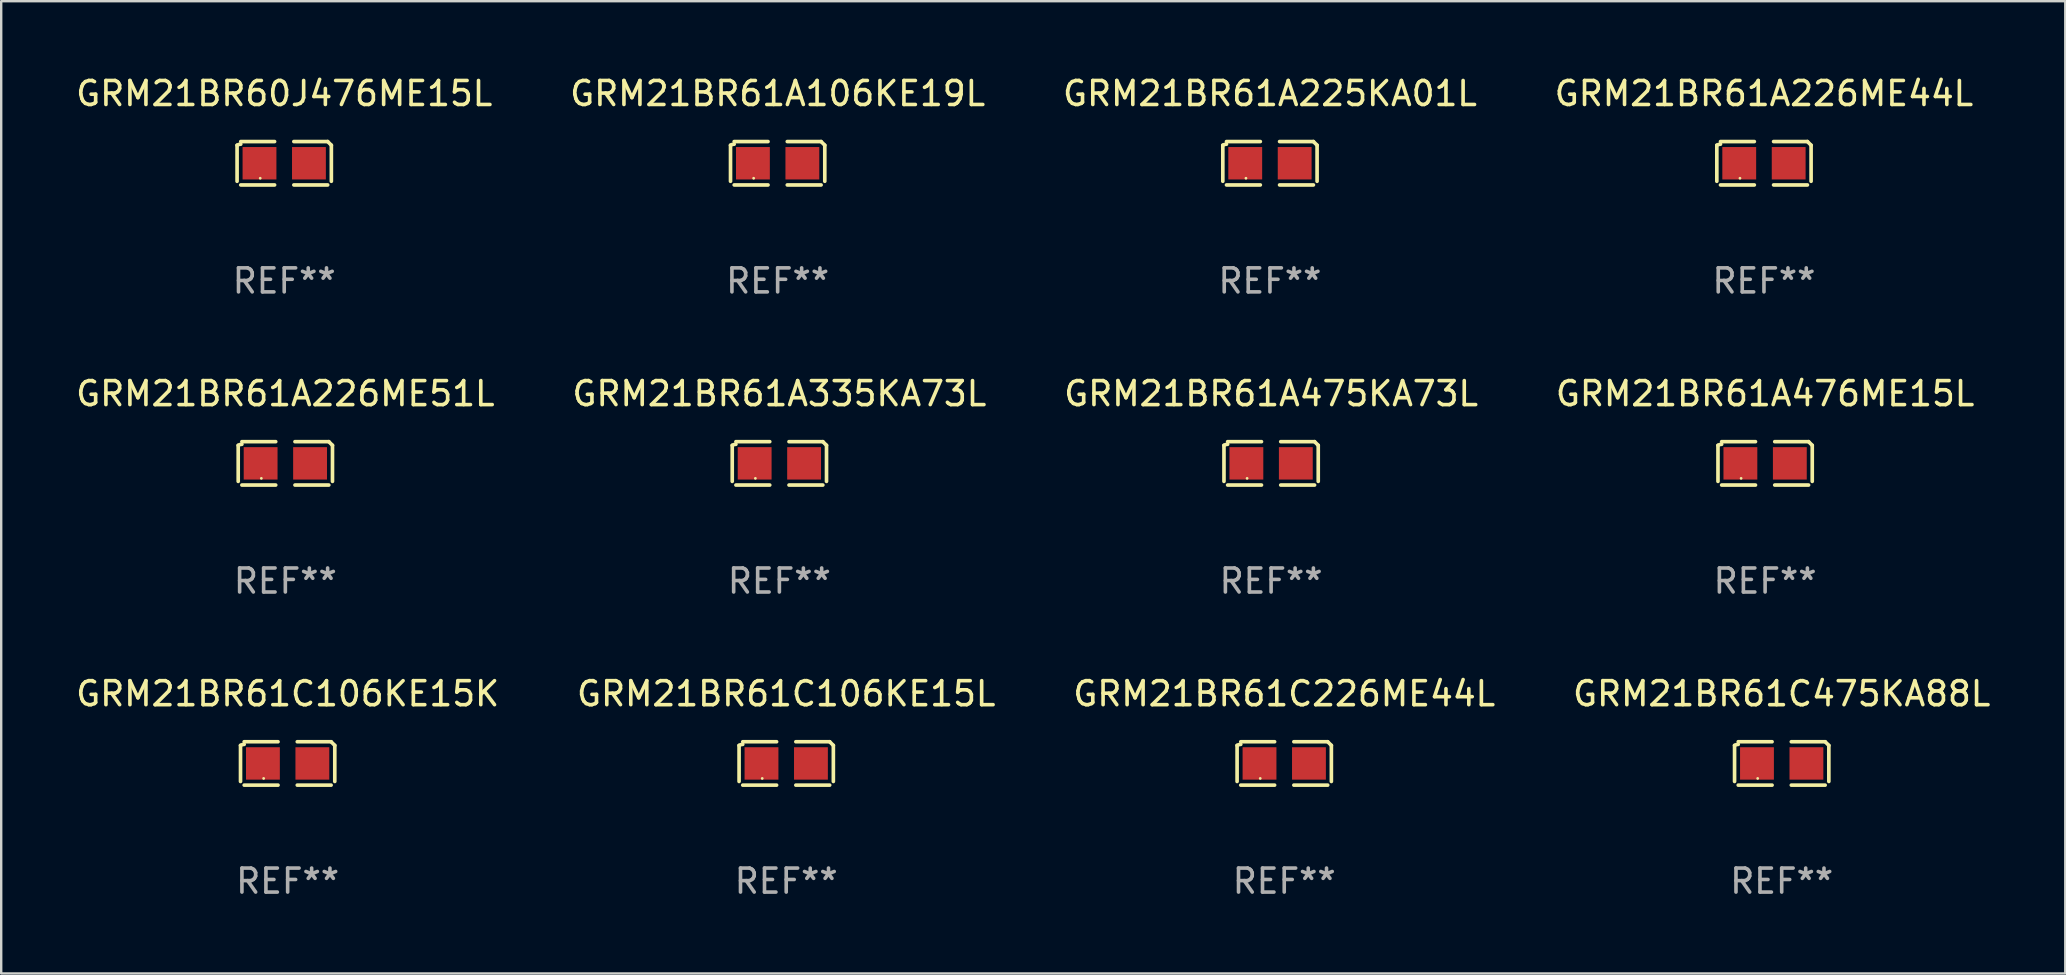
<source format=kicad_pcb>
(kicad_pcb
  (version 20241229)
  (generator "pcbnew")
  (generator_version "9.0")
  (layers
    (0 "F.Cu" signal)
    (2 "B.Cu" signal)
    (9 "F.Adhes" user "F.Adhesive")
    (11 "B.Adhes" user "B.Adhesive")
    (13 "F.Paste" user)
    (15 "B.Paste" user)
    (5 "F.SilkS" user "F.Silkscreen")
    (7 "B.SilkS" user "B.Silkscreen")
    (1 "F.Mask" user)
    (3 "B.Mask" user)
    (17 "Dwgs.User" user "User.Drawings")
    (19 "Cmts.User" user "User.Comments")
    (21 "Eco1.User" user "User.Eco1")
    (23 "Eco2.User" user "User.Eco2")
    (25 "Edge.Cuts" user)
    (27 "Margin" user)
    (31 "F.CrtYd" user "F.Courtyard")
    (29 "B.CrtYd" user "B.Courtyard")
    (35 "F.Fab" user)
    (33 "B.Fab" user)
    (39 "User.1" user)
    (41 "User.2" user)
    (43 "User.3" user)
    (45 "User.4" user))
  (footprint "GRM21BR61A226ME44L"
    (layer "F.Cu")
    (at 70.446 3.752)
    (property "Reference" "GRM21BR61A226ME44L" (at 0 -2.904 0) (layer "F.SilkS") (effects (font (size 1 1) (thickness 0.15))))
    (attr through_hole)
    (fp_line (start -1.964 0.751) (end -1.964 -0.751) (stroke (width 0.152) (type solid)) (layer "F.SilkS"))
    (fp_line (start -1.811 -0.904) (end -0.401 -0.904) (stroke (width 0.152) (type solid)) (layer "F.SilkS"))
    (fp_line (start -0.401 0.904) (end -1.811 0.904) (stroke (width 0.152) (type solid)) (layer "F.SilkS"))
    (fp_line (start 0.401 0.904) (end 1.811 0.904) (stroke (width 0.152) (type solid)) (layer "F.SilkS"))
    (fp_line (start 1.811 -0.904) (end 0.401 -0.904) (stroke (width 0.152) (type solid)) (layer "F.SilkS"))
    (fp_line (start 1.964 0.751) (end 1.964 -0.751) (stroke (width 0.152) (type solid)) (layer "F.SilkS"))
    (fp_arc (start -1.963602 -0.751207) (mid -1.890354 -0.783131) (end -1.811201 -0.794044) (stroke (width 0.1524) (type solid)) (layer "F.SilkS"))
    (fp_arc (start 1.811202 -0.903607) (mid 1.887413 -0.827418) (end 1.963602 -0.751207) (stroke (width 0.1524) (type solid)) (layer "F.SilkS"))
    (fp_circle (center -1 0.625) (end -0.97 0.625) (stroke (width 0.06) (type solid)) (fill no) (layer "F.SilkS"))
    (fp_text user "REF**" (at 0 4.904 0) (layer "F.Fab") (effects (font (size 1 1) (thickness 0.15))))
    (pad "1" smd rect (at -1.03 0) (size 1.41 1.35) (layers "F.Cu" "F.Mask" "F.Paste"))
    (pad "2" smd rect (at 1.03 0) (size 1.41 1.35) (layers "F.Cu" "F.Mask" "F.Paste")))
  (footprint "GRM21BR60J476ME15L"
    (layer "F.Cu")
    (at 8.792 3.752)
    (property "Reference" "GRM21BR60J476ME15L" (at 0 -2.904 0) (layer "F.SilkS") (effects (font (size 1 1) (thickness 0.15))))
    (attr through_hole)
    (fp_line (start -1.964 0.751) (end -1.964 -0.751) (stroke (width 0.152) (type solid)) (layer "F.SilkS"))
    (fp_line (start -1.811 -0.904) (end -0.401 -0.904) (stroke (width 0.152) (type solid)) (layer "F.SilkS"))
    (fp_line (start -0.401 0.904) (end -1.811 0.904) (stroke (width 0.152) (type solid)) (layer "F.SilkS"))
    (fp_line (start 0.401 0.904) (end 1.811 0.904) (stroke (width 0.152) (type solid)) (layer "F.SilkS"))
    (fp_line (start 1.811 -0.904) (end 0.401 -0.904) (stroke (width 0.152) (type solid)) (layer "F.SilkS"))
    (fp_line (start 1.964 0.751) (end 1.964 -0.751) (stroke (width 0.152) (type solid)) (layer "F.SilkS"))
    (fp_arc (start -1.963602 -0.751207) (mid -1.890354 -0.783131) (end -1.811201 -0.794044) (stroke (width 0.1524) (type solid)) (layer "F.SilkS"))
    (fp_arc (start 1.811202 -0.903607) (mid 1.887413 -0.827418) (end 1.963602 -0.751207) (stroke (width 0.1524) (type solid)) (layer "F.SilkS"))
    (fp_circle (center -1 0.625) (end -0.97 0.625) (stroke (width 0.06) (type solid)) (fill no) (layer "F.SilkS"))
    (fp_text user "REF**" (at 0 4.904 0) (layer "F.Fab") (effects (font (size 1 1) (thickness 0.15))))
    (pad "1" smd rect (at -1.03 0) (size 1.41 1.35) (layers "F.Cu" "F.Mask" "F.Paste"))
    (pad "2" smd rect (at 1.03 0) (size 1.41 1.35) (layers "F.Cu" "F.Mask" "F.Paste")))
  (footprint "GRM21BR61C475KA88L"
    (layer "F.Cu")
    (at 71.185 28.759)
    (property "Reference" "GRM21BR61C475KA88L" (at 0 -2.904 0) (layer "F.SilkS") (effects (font (size 1 1) (thickness 0.15))))
    (attr through_hole)
    (fp_line (start -1.964 0.751) (end -1.964 -0.751) (stroke (width 0.152) (type solid)) (layer "F.SilkS"))
    (fp_line (start -1.811 -0.904) (end -0.401 -0.904) (stroke (width 0.152) (type solid)) (layer "F.SilkS"))
    (fp_line (start -0.401 0.904) (end -1.811 0.904) (stroke (width 0.152) (type solid)) (layer "F.SilkS"))
    (fp_line (start 0.401 0.904) (end 1.811 0.904) (stroke (width 0.152) (type solid)) (layer "F.SilkS"))
    (fp_line (start 1.811 -0.904) (end 0.401 -0.904) (stroke (width 0.152) (type solid)) (layer "F.SilkS"))
    (fp_line (start 1.964 0.751) (end 1.964 -0.751) (stroke (width 0.152) (type solid)) (layer "F.SilkS"))
    (fp_arc (start -1.963602 -0.751207) (mid -1.890354 -0.783131) (end -1.811201 -0.794044) (stroke (width 0.1524) (type solid)) (layer "F.SilkS"))
    (fp_arc (start 1.811202 -0.903607) (mid 1.887413 -0.827418) (end 1.963602 -0.751207) (stroke (width 0.1524) (type solid)) (layer "F.SilkS"))
    (fp_circle (center -1 0.625) (end -0.97 0.625) (stroke (width 0.06) (type solid)) (fill no) (layer "F.SilkS"))
    (fp_text user "REF**" (at 0 4.904 0) (layer "F.Fab") (effects (font (size 1 1) (thickness 0.15))))
    (pad "1" smd rect (at -1.03 0) (size 1.41 1.35) (layers "F.Cu" "F.Mask" "F.Paste"))
    (pad "2" smd rect (at 1.03 0) (size 1.41 1.35) (layers "F.Cu" "F.Mask" "F.Paste")))
  (footprint "GRM21BR61A475KA73L"
    (layer "F.Cu")
    (at 49.911 16.256)
    (property "Reference" "GRM21BR61A475KA73L" (at 0 -2.904 0) (layer "F.SilkS") (effects (font (size 1 1) (thickness 0.15))))
    (attr through_hole)
    (fp_line (start -1.964 0.751) (end -1.964 -0.751) (stroke (width 0.152) (type solid)) (layer "F.SilkS"))
    (fp_line (start -1.811 -0.904) (end -0.401 -0.904) (stroke (width 0.152) (type solid)) (layer "F.SilkS"))
    (fp_line (start -0.401 0.904) (end -1.811 0.904) (stroke (width 0.152) (type solid)) (layer "F.SilkS"))
    (fp_line (start 0.401 0.904) (end 1.811 0.904) (stroke (width 0.152) (type solid)) (layer "F.SilkS"))
    (fp_line (start 1.811 -0.904) (end 0.401 -0.904) (stroke (width 0.152) (type solid)) (layer "F.SilkS"))
    (fp_line (start 1.964 0.751) (end 1.964 -0.751) (stroke (width 0.152) (type solid)) (layer "F.SilkS"))
    (fp_arc (start -1.963602 -0.751207) (mid -1.890354 -0.783131) (end -1.811201 -0.794044) (stroke (width 0.1524) (type solid)) (layer "F.SilkS"))
    (fp_arc (start 1.811202 -0.903607) (mid 1.887413 -0.827418) (end 1.963602 -0.751207) (stroke (width 0.1524) (type solid)) (layer "F.SilkS"))
    (fp_circle (center -1 0.625) (end -0.97 0.625) (stroke (width 0.06) (type solid)) (fill no) (layer "F.SilkS"))
    (fp_text user "REF**" (at 0 4.904 0) (layer "F.Fab") (effects (font (size 1 1) (thickness 0.15))))
    (pad "1" smd rect (at -1.03 0) (size 1.41 1.35) (layers "F.Cu" "F.Mask" "F.Paste"))
    (pad "2" smd rect (at 1.03 0) (size 1.41 1.35) (layers "F.Cu" "F.Mask" "F.Paste")))
  (footprint "GRM21BR61A476ME15L"
    (layer "F.Cu")
    (at 70.494 16.256)
    (property "Reference" "GRM21BR61A476ME15L" (at 0 -2.904 0) (layer "F.SilkS") (effects (font (size 1 1) (thickness 0.15))))
    (attr through_hole)
    (fp_line (start -1.964 0.751) (end -1.964 -0.751) (stroke (width 0.152) (type solid)) (layer "F.SilkS"))
    (fp_line (start -1.811 -0.904) (end -0.401 -0.904) (stroke (width 0.152) (type solid)) (layer "F.SilkS"))
    (fp_line (start -0.401 0.904) (end -1.811 0.904) (stroke (width 0.152) (type solid)) (layer "F.SilkS"))
    (fp_line (start 0.401 0.904) (end 1.811 0.904) (stroke (width 0.152) (type solid)) (layer "F.SilkS"))
    (fp_line (start 1.811 -0.904) (end 0.401 -0.904) (stroke (width 0.152) (type solid)) (layer "F.SilkS"))
    (fp_line (start 1.964 0.751) (end 1.964 -0.751) (stroke (width 0.152) (type solid)) (layer "F.SilkS"))
    (fp_arc (start -1.963602 -0.751207) (mid -1.890354 -0.783131) (end -1.811201 -0.794044) (stroke (width 0.1524) (type solid)) (layer "F.SilkS"))
    (fp_arc (start 1.811202 -0.903607) (mid 1.887413 -0.827418) (end 1.963602 -0.751207) (stroke (width 0.1524) (type solid)) (layer "F.SilkS"))
    (fp_circle (center -1 0.625) (end -0.97 0.625) (stroke (width 0.06) (type solid)) (fill no) (layer "F.SilkS"))
    (fp_text user "REF**" (at 0 4.904 0) (layer "F.Fab") (effects (font (size 1 1) (thickness 0.15))))
    (pad "1" smd rect (at -1.03 0) (size 1.41 1.35) (layers "F.Cu" "F.Mask" "F.Paste"))
    (pad "2" smd rect (at 1.03 0) (size 1.41 1.35) (layers "F.Cu" "F.Mask" "F.Paste")))
  (footprint "GRM21BR61C106KE15L"
    (layer "F.Cu")
    (at 29.708 28.759)
    (property "Reference" "GRM21BR61C106KE15L" (at 0 -2.904 0) (layer "F.SilkS") (effects (font (size 1 1) (thickness 0.15))))
    (attr through_hole)
    (fp_line (start -1.964 0.751) (end -1.964 -0.751) (stroke (width 0.152) (type solid)) (layer "F.SilkS"))
    (fp_line (start -1.811 -0.904) (end -0.401 -0.904) (stroke (width 0.152) (type solid)) (layer "F.SilkS"))
    (fp_line (start -0.401 0.904) (end -1.811 0.904) (stroke (width 0.152) (type solid)) (layer "F.SilkS"))
    (fp_line (start 0.401 0.904) (end 1.811 0.904) (stroke (width 0.152) (type solid)) (layer "F.SilkS"))
    (fp_line (start 1.811 -0.904) (end 0.401 -0.904) (stroke (width 0.152) (type solid)) (layer "F.SilkS"))
    (fp_line (start 1.964 0.751) (end 1.964 -0.751) (stroke (width 0.152) (type solid)) (layer "F.SilkS"))
    (fp_arc (start -1.963602 -0.751207) (mid -1.890354 -0.783131) (end -1.811201 -0.794044) (stroke (width 0.1524) (type solid)) (layer "F.SilkS"))
    (fp_arc (start 1.811202 -0.903607) (mid 1.887413 -0.827418) (end 1.963602 -0.751207) (stroke (width 0.1524) (type solid)) (layer "F.SilkS"))
    (fp_circle (center -1 0.625) (end -0.97 0.625) (stroke (width 0.06) (type solid)) (fill no) (layer "F.SilkS"))
    (fp_text user "REF**" (at 0 4.904 0) (layer "F.Fab") (effects (font (size 1 1) (thickness 0.15))))
    (pad "1" smd rect (at -1.03 0) (size 1.41 1.35) (layers "F.Cu" "F.Mask" "F.Paste"))
    (pad "2" smd rect (at 1.03 0) (size 1.41 1.35) (layers "F.Cu" "F.Mask" "F.Paste")))
  (footprint "GRM21BR61A106KE19L"
    (layer "F.Cu")
    (at 29.351 3.752)
    (property "Reference" "GRM21BR61A106KE19L" (at 0 -2.904 0) (layer "F.SilkS") (effects (font (size 1 1) (thickness 0.15))))
    (attr through_hole)
    (fp_line (start -1.964 0.751) (end -1.964 -0.751) (stroke (width 0.152) (type solid)) (layer "F.SilkS"))
    (fp_line (start -1.811 -0.904) (end -0.401 -0.904) (stroke (width 0.152) (type solid)) (layer "F.SilkS"))
    (fp_line (start -0.401 0.904) (end -1.811 0.904) (stroke (width 0.152) (type solid)) (layer "F.SilkS"))
    (fp_line (start 0.401 0.904) (end 1.811 0.904) (stroke (width 0.152) (type solid)) (layer "F.SilkS"))
    (fp_line (start 1.811 -0.904) (end 0.401 -0.904) (stroke (width 0.152) (type solid)) (layer "F.SilkS"))
    (fp_line (start 1.964 0.751) (end 1.964 -0.751) (stroke (width 0.152) (type solid)) (layer "F.SilkS"))
    (fp_arc (start -1.963602 -0.751207) (mid -1.890354 -0.783131) (end -1.811201 -0.794044) (stroke (width 0.1524) (type solid)) (layer "F.SilkS"))
    (fp_arc (start 1.811202 -0.903607) (mid 1.887413 -0.827418) (end 1.963602 -0.751207) (stroke (width 0.1524) (type solid)) (layer "F.SilkS"))
    (fp_circle (center -1 0.625) (end -0.97 0.625) (stroke (width 0.06) (type solid)) (fill no) (layer "F.SilkS"))
    (fp_text user "REF**" (at 0 4.904 0) (layer "F.Fab") (effects (font (size 1 1) (thickness 0.15))))
    (pad "1" smd rect (at -1.03 0) (size 1.41 1.35) (layers "F.Cu" "F.Mask" "F.Paste"))
    (pad "2" smd rect (at 1.03 0) (size 1.41 1.35) (layers "F.Cu" "F.Mask" "F.Paste")))
  (footprint "GRM21BR61C106KE15K"
    (layer "F.Cu")
    (at 8.935 28.759)
    (property "Reference" "GRM21BR61C106KE15K" (at 0 -2.904 0) (layer "F.SilkS") (effects (font (size 1 1) (thickness 0.15))))
    (attr through_hole)
    (fp_line (start -1.964 0.751) (end -1.964 -0.751) (stroke (width 0.152) (type solid)) (layer "F.SilkS"))
    (fp_line (start -1.811 -0.904) (end -0.401 -0.904) (stroke (width 0.152) (type solid)) (layer "F.SilkS"))
    (fp_line (start -0.401 0.904) (end -1.811 0.904) (stroke (width 0.152) (type solid)) (layer "F.SilkS"))
    (fp_line (start 0.401 0.904) (end 1.811 0.904) (stroke (width 0.152) (type solid)) (layer "F.SilkS"))
    (fp_line (start 1.811 -0.904) (end 0.401 -0.904) (stroke (width 0.152) (type solid)) (layer "F.SilkS"))
    (fp_line (start 1.964 0.751) (end 1.964 -0.751) (stroke (width 0.152) (type solid)) (layer "F.SilkS"))
    (fp_arc (start -1.963602 -0.751207) (mid -1.890354 -0.783131) (end -1.811201 -0.794044) (stroke (width 0.1524) (type solid)) (layer "F.SilkS"))
    (fp_arc (start 1.811202 -0.903607) (mid 1.887413 -0.827418) (end 1.963602 -0.751207) (stroke (width 0.1524) (type solid)) (layer "F.SilkS"))
    (fp_circle (center -1 0.625) (end -0.97 0.625) (stroke (width 0.06) (type solid)) (fill no) (layer "F.SilkS"))
    (fp_text user "REF**" (at 0 4.904 0) (layer "F.Fab") (effects (font (size 1 1) (thickness 0.15))))
    (pad "1" smd rect (at -1.03 0) (size 1.41 1.35) (layers "F.Cu" "F.Mask" "F.Paste"))
    (pad "2" smd rect (at 1.03 0) (size 1.41 1.35) (layers "F.Cu" "F.Mask" "F.Paste")))
  (footprint "GRM21BR61A225KA01L"
    (layer "F.Cu")
    (at 49.863 3.752)
    (property "Reference" "GRM21BR61A225KA01L" (at 0 -2.904 0) (layer "F.SilkS") (effects (font (size 1 1) (thickness 0.15))))
    (attr through_hole)
    (fp_line (start -1.964 0.751) (end -1.964 -0.751) (stroke (width 0.152) (type solid)) (layer "F.SilkS"))
    (fp_line (start -1.811 -0.904) (end -0.401 -0.904) (stroke (width 0.152) (type solid)) (layer "F.SilkS"))
    (fp_line (start -0.401 0.904) (end -1.811 0.904) (stroke (width 0.152) (type solid)) (layer "F.SilkS"))
    (fp_line (start 0.401 0.904) (end 1.811 0.904) (stroke (width 0.152) (type solid)) (layer "F.SilkS"))
    (fp_line (start 1.811 -0.904) (end 0.401 -0.904) (stroke (width 0.152) (type solid)) (layer "F.SilkS"))
    (fp_line (start 1.964 0.751) (end 1.964 -0.751) (stroke (width 0.152) (type solid)) (layer "F.SilkS"))
    (fp_arc (start -1.963602 -0.751207) (mid -1.890354 -0.783131) (end -1.811201 -0.794044) (stroke (width 0.1524) (type solid)) (layer "F.SilkS"))
    (fp_arc (start 1.811202 -0.903607) (mid 1.887413 -0.827418) (end 1.963602 -0.751207) (stroke (width 0.1524) (type solid)) (layer "F.SilkS"))
    (fp_circle (center -1 0.625) (end -0.97 0.625) (stroke (width 0.06) (type solid)) (fill no) (layer "F.SilkS"))
    (fp_text user "REF**" (at 0 4.904 0) (layer "F.Fab") (effects (font (size 1 1) (thickness 0.15))))
    (pad "1" smd rect (at -1.03 0) (size 1.41 1.35) (layers "F.Cu" "F.Mask" "F.Paste"))
    (pad "2" smd rect (at 1.03 0) (size 1.41 1.35) (layers "F.Cu" "F.Mask" "F.Paste")))
  (footprint "GRM21BR61A335KA73L"
    (layer "F.Cu")
    (at 29.423 16.256)
    (property "Reference" "GRM21BR61A335KA73L" (at 0 -2.904 0) (layer "F.SilkS") (effects (font (size 1 1) (thickness 0.15))))
    (attr through_hole)
    (fp_line (start -1.964 0.751) (end -1.964 -0.751) (stroke (width 0.152) (type solid)) (layer "F.SilkS"))
    (fp_line (start -1.811 -0.904) (end -0.401 -0.904) (stroke (width 0.152) (type solid)) (layer "F.SilkS"))
    (fp_line (start -0.401 0.904) (end -1.811 0.904) (stroke (width 0.152) (type solid)) (layer "F.SilkS"))
    (fp_line (start 0.401 0.904) (end 1.811 0.904) (stroke (width 0.152) (type solid)) (layer "F.SilkS"))
    (fp_line (start 1.811 -0.904) (end 0.401 -0.904) (stroke (width 0.152) (type solid)) (layer "F.SilkS"))
    (fp_line (start 1.964 0.751) (end 1.964 -0.751) (stroke (width 0.152) (type solid)) (layer "F.SilkS"))
    (fp_arc (start -1.963602 -0.751207) (mid -1.890354 -0.783131) (end -1.811201 -0.794044) (stroke (width 0.1524) (type solid)) (layer "F.SilkS"))
    (fp_arc (start 1.811202 -0.903607) (mid 1.887413 -0.827418) (end 1.963602 -0.751207) (stroke (width 0.1524) (type solid)) (layer "F.SilkS"))
    (fp_circle (center -1 0.625) (end -0.97 0.625) (stroke (width 0.06) (type solid)) (fill no) (layer "F.SilkS"))
    (fp_text user "REF**" (at 0 4.904 0) (layer "F.Fab") (effects (font (size 1 1) (thickness 0.15))))
    (pad "1" smd rect (at -1.03 0) (size 1.41 1.35) (layers "F.Cu" "F.Mask" "F.Paste"))
    (pad "2" smd rect (at 1.03 0) (size 1.41 1.35) (layers "F.Cu" "F.Mask" "F.Paste")))
  (footprint "GRM21BR61A226ME51L"
    (layer "F.Cu")
    (at 8.839 16.256)
    (property "Reference" "GRM21BR61A226ME51L" (at 0 -2.904 0) (layer "F.SilkS") (effects (font (size 1 1) (thickness 0.15))))
    (attr through_hole)
    (fp_line (start -1.964 0.751) (end -1.964 -0.751) (stroke (width 0.152) (type solid)) (layer "F.SilkS"))
    (fp_line (start -1.811 -0.904) (end -0.401 -0.904) (stroke (width 0.152) (type solid)) (layer "F.SilkS"))
    (fp_line (start -0.401 0.904) (end -1.811 0.904) (stroke (width 0.152) (type solid)) (layer "F.SilkS"))
    (fp_line (start 0.401 0.904) (end 1.811 0.904) (stroke (width 0.152) (type solid)) (layer "F.SilkS"))
    (fp_line (start 1.811 -0.904) (end 0.401 -0.904) (stroke (width 0.152) (type solid)) (layer "F.SilkS"))
    (fp_line (start 1.964 0.751) (end 1.964 -0.751) (stroke (width 0.152) (type solid)) (layer "F.SilkS"))
    (fp_arc (start -1.963602 -0.751207) (mid -1.890354 -0.783131) (end -1.811201 -0.794044) (stroke (width 0.1524) (type solid)) (layer "F.SilkS"))
    (fp_arc (start 1.811202 -0.903607) (mid 1.887413 -0.827418) (end 1.963602 -0.751207) (stroke (width 0.1524) (type solid)) (layer "F.SilkS"))
    (fp_circle (center -1 0.625) (end -0.97 0.625) (stroke (width 0.06) (type solid)) (fill no) (layer "F.SilkS"))
    (fp_text user "REF**" (at 0 4.904 0) (layer "F.Fab") (effects (font (size 1 1) (thickness 0.15))))
    (pad "1" smd rect (at -1.03 0) (size 1.41 1.35) (layers "F.Cu" "F.Mask" "F.Paste"))
    (pad "2" smd rect (at 1.03 0) (size 1.41 1.35) (layers "F.Cu" "F.Mask" "F.Paste")))
  (footprint "GRM21BR61C226ME44L"
    (layer "F.Cu")
    (at 50.458 28.759)
    (property "Reference" "GRM21BR61C226ME44L" (at 0 -2.904 0) (layer "F.SilkS") (effects (font (size 1 1) (thickness 0.15))))
    (attr through_hole)
    (fp_line (start -1.964 0.751) (end -1.964 -0.751) (stroke (width 0.152) (type solid)) (layer "F.SilkS"))
    (fp_line (start -1.811 -0.904) (end -0.401 -0.904) (stroke (width 0.152) (type solid)) (layer "F.SilkS"))
    (fp_line (start -0.401 0.904) (end -1.811 0.904) (stroke (width 0.152) (type solid)) (layer "F.SilkS"))
    (fp_line (start 0.401 0.904) (end 1.811 0.904) (stroke (width 0.152) (type solid)) (layer "F.SilkS"))
    (fp_line (start 1.811 -0.904) (end 0.401 -0.904) (stroke (width 0.152) (type solid)) (layer "F.SilkS"))
    (fp_line (start 1.964 0.751) (end 1.964 -0.751) (stroke (width 0.152) (type solid)) (layer "F.SilkS"))
    (fp_arc (start -1.963602 -0.751207) (mid -1.890354 -0.783131) (end -1.811201 -0.794044) (stroke (width 0.1524) (type solid)) (layer "F.SilkS"))
    (fp_arc (start 1.811202 -0.903607) (mid 1.887413 -0.827418) (end 1.963602 -0.751207) (stroke (width 0.1524) (type solid)) (layer "F.SilkS"))
    (fp_circle (center -1 0.625) (end -0.97 0.625) (stroke (width 0.06) (type solid)) (fill no) (layer "F.SilkS"))
    (fp_text user "REF**" (at 0 4.904 0) (layer "F.Fab") (effects (font (size 1 1) (thickness 0.15))))
    (pad "1" smd rect (at -1.03 0) (size 1.41 1.35) (layers "F.Cu" "F.Mask" "F.Paste"))
    (pad "2" smd rect (at 1.03 0) (size 1.41 1.35) (layers "F.Cu" "F.Mask" "F.Paste")))
  (gr_rect
    (start -3 -3)
    (end 83 37.511)
    (stroke (width 0.1) (type default))
    (fill no)
    (layer "Edge.Cuts")))
</source>
